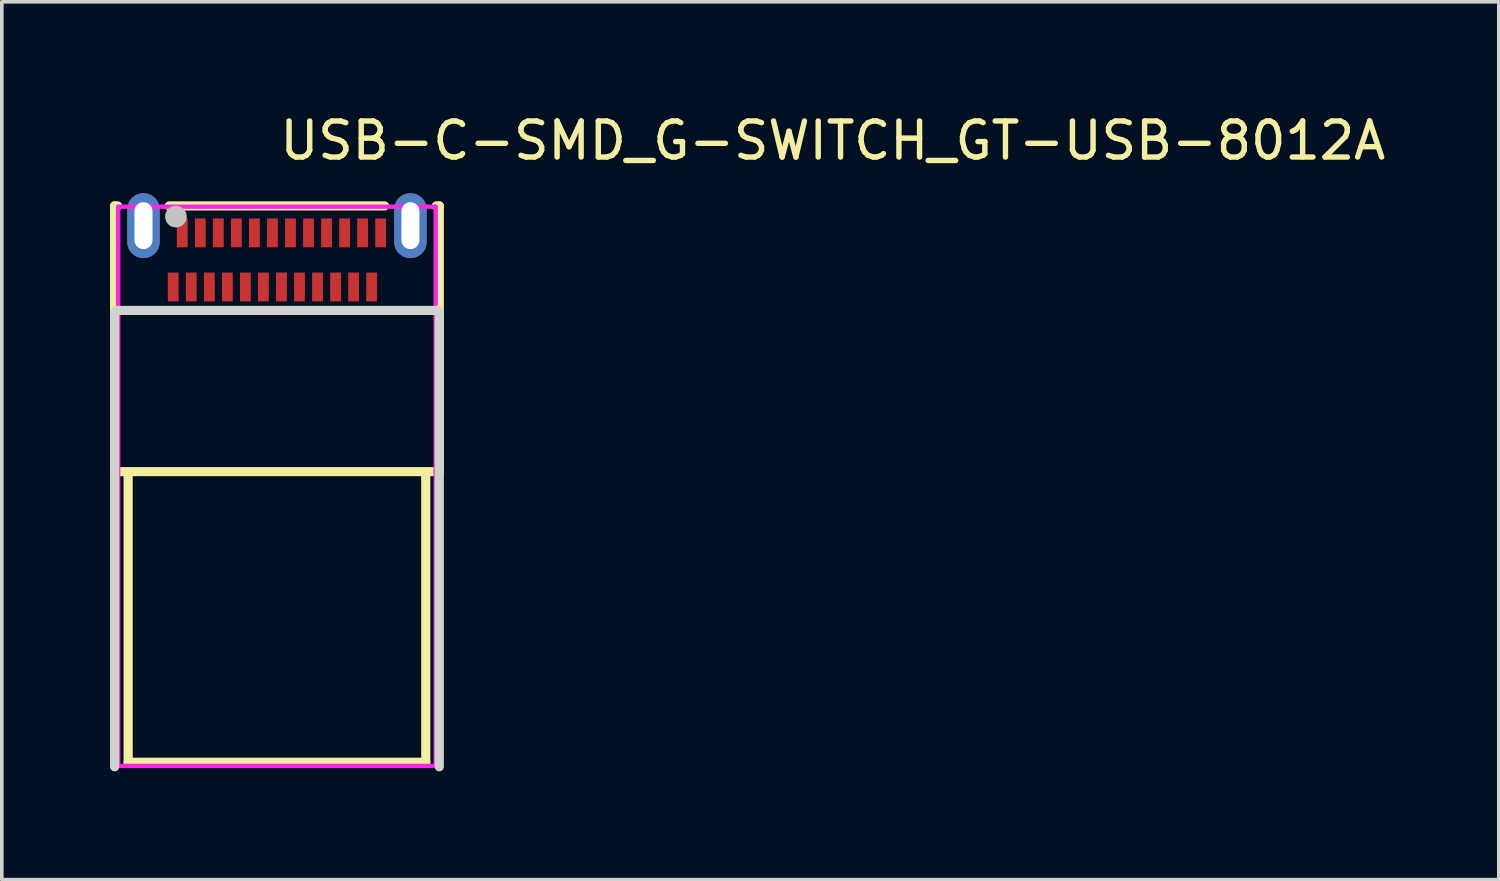
<source format=kicad_pcb>
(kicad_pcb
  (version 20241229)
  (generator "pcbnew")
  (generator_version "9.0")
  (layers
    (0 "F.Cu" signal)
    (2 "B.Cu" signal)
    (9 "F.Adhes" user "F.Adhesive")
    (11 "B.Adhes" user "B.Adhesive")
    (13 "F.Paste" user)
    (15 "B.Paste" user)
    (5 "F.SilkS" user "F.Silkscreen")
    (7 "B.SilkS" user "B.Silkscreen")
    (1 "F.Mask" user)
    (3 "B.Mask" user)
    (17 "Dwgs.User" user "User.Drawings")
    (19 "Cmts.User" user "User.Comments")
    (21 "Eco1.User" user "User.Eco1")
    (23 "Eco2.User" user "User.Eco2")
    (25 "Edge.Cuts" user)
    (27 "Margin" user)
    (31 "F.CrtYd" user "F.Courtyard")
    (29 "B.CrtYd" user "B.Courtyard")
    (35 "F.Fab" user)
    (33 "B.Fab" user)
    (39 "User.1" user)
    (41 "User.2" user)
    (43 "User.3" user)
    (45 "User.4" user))
  (footprint "USB-C-SMD_G-SWITCH_GT-USB-8012A"
    (layer "F.Cu")
    (at 4.627 4.055)
    (property "Reference" "USB-C-SMD_G-SWITCH_GT-USB-8012A" (at 0 -3.207 0) (layer "F.SilkS") (effects (font (size 1 1) (thickness 0.15)) (justify left)))
    (attr through_hole)
    (fp_line (start -4.5 5.969) (end -4.5 -1.397) (stroke (width 0.254) (type solid)) (layer "F.SilkS"))
    (fp_line (start -4.5 5.969) (end 4.5 5.969) (stroke (width 0.254) (type solid)) (layer "F.SilkS"))
    (fp_line (start -4.416 -1.397) (end -4.5 -1.397) (stroke (width 0.254) (type solid)) (layer "F.SilkS"))
    (fp_line (start -4.125 14.024) (end -4.125 6.024) (stroke (width 0.254) (type solid)) (layer "F.SilkS"))
    (fp_line (start 2.984 -1.397) (end -2.984 -1.397) (stroke (width 0.254) (type solid)) (layer "F.SilkS"))
    (fp_line (start 4.125 14.024) (end -4.125 14.024) (stroke (width 0.254) (type solid)) (layer "F.SilkS"))
    (fp_line (start 4.125 14.024) (end 4.125 6.024) (stroke (width 0.254) (type solid)) (layer "F.SilkS"))
    (fp_line (start 4.5 -1.397) (end 4.416 -1.397) (stroke (width 0.254) (type solid)) (layer "F.SilkS"))
    (fp_line (start 4.5 5.969) (end 4.5 -1.397) (stroke (width 0.254) (type solid)) (layer "F.SilkS"))
    (fp_poly (pts (xy -3.025 0.45) (xy -3.025 1.25) (xy -2.725 1.25) (xy -2.725 0.45)) (stroke (width 0.12) (type solid)) (fill yes) (layer "F.Paste"))
    (fp_poly (pts (xy -2.775 -1.05) (xy -2.775 -0.25) (xy -2.475 -0.25) (xy -2.475 -1.05)) (stroke (width 0.12) (type solid)) (fill yes) (layer "F.Paste"))
    (fp_poly (pts (xy -2.525 0.45) (xy -2.525 1.25) (xy -2.225 1.25) (xy -2.225 0.45)) (stroke (width 0.12) (type solid)) (fill yes) (layer "F.Paste"))
    (fp_poly (pts (xy -2.275 -1.05) (xy -2.275 -0.25) (xy -1.975 -0.25) (xy -1.975 -1.05)) (stroke (width 0.12) (type solid)) (fill yes) (layer "F.Paste"))
    (fp_poly (pts (xy -2.025 0.45) (xy -2.025 1.25) (xy -1.725 1.25) (xy -1.725 0.45)) (stroke (width 0.12) (type solid)) (fill yes) (layer "F.Paste"))
    (fp_poly (pts (xy -1.475 -0.25) (xy -1.475 -1.05) (xy -1.775 -1.05) (xy -1.775 -0.25)) (stroke (width 0.12) (type solid)) (fill yes) (layer "F.Paste"))
    (fp_poly (pts (xy -1.225 1.25) (xy -1.225 0.45) (xy -1.525 0.45) (xy -1.525 1.25)) (stroke (width 0.12) (type solid)) (fill yes) (layer "F.Paste"))
    (fp_poly (pts (xy -0.975 -0.25) (xy -0.975 -1.05) (xy -1.275 -1.05) (xy -1.275 -0.25)) (stroke (width 0.12) (type solid)) (fill yes) (layer "F.Paste"))
    (fp_poly (pts (xy -0.725 1.25) (xy -0.725 0.45) (xy -1.025 0.45) (xy -1.025 1.25)) (stroke (width 0.12) (type solid)) (fill yes) (layer "F.Paste"))
    (fp_poly (pts (xy -0.475 -0.25) (xy -0.475 -1.05) (xy -0.775 -1.05) (xy -0.775 -0.25)) (stroke (width 0.12) (type solid)) (fill yes) (layer "F.Paste"))
    (fp_poly (pts (xy -0.225 1.25) (xy -0.225 0.45) (xy -0.525 0.45) (xy -0.525 1.25)) (stroke (width 0.12) (type solid)) (fill yes) (layer "F.Paste"))
    (fp_poly (pts (xy 0.025 -0.25) (xy 0.025 -1.05) (xy -0.275 -1.05) (xy -0.275 -0.25)) (stroke (width 0.12) (type solid)) (fill yes) (layer "F.Paste"))
    (fp_poly (pts (xy 0.275 1.25) (xy 0.275 0.45) (xy -0.025 0.45) (xy -0.025 1.25)) (stroke (width 0.12) (type solid)) (fill yes) (layer "F.Paste"))
    (fp_poly (pts (xy 0.525 -0.25) (xy 0.525 -1.05) (xy 0.225 -1.05) (xy 0.225 -0.25)) (stroke (width 0.12) (type solid)) (fill yes) (layer "F.Paste"))
    (fp_poly (pts (xy 0.775 1.25) (xy 0.775 0.45) (xy 0.475 0.45) (xy 0.475 1.25)) (stroke (width 0.12) (type solid)) (fill yes) (layer "F.Paste"))
    (fp_poly (pts (xy 1.025 -0.25) (xy 1.025 -1.05) (xy 0.725 -1.05) (xy 0.725 -0.25)) (stroke (width 0.12) (type solid)) (fill yes) (layer "F.Paste"))
    (fp_poly (pts (xy 1.275 1.25) (xy 1.275 0.45) (xy 0.975 0.45) (xy 0.975 1.25)) (stroke (width 0.12) (type solid)) (fill yes) (layer "F.Paste"))
    (fp_poly (pts (xy 1.525 -0.25) (xy 1.525 -1.05) (xy 1.225 -1.05) (xy 1.225 -0.25)) (stroke (width 0.12) (type solid)) (fill yes) (layer "F.Paste"))
    (fp_poly (pts (xy 1.725 -1.05) (xy 1.725 -0.25) (xy 2.025 -0.25) (xy 2.025 -1.05)) (stroke (width 0.12) (type solid)) (fill yes) (layer "F.Paste"))
    (fp_poly (pts (xy 1.775 1.25) (xy 1.775 0.45) (xy 1.475 0.45) (xy 1.475 1.25)) (stroke (width 0.12) (type solid)) (fill yes) (layer "F.Paste"))
    (fp_poly (pts (xy 2.225 -1.05) (xy 2.225 -0.25) (xy 2.525 -0.25) (xy 2.525 -1.05)) (stroke (width 0.12) (type solid)) (fill yes) (layer "F.Paste"))
    (fp_poly (pts (xy 2.275 1.25) (xy 2.275 0.45) (xy 1.975 0.45) (xy 1.975 1.25)) (stroke (width 0.12) (type solid)) (fill yes) (layer "F.Paste"))
    (fp_poly (pts (xy 2.725 -1.05) (xy 2.725 -0.25) (xy 3.025 -0.25) (xy 3.025 -1.05)) (stroke (width 0.12) (type solid)) (fill yes) (layer "F.Paste"))
    (fp_poly (pts (xy 2.775 1.25) (xy 2.775 0.45) (xy 2.475 0.45) (xy 2.475 1.25)) (stroke (width 0.12) (type solid)) (fill yes) (layer "F.Paste"))
    (fp_poly (pts (xy -3.666 -1.749) (xy -3.689 -1.75) (xy -3.711 -1.75) (xy -3.734 -1.749) (xy -3.756 -1.747) (xy -3.778 -1.743) (xy -3.8 -1.739) (xy -3.822 -1.733) (xy -3.843 -1.727) (xy -3.864 -1.719) (xy -3.885 -1.71) (xy -3.905 -1.701) (xy -3.925 -1.69) (xy -3.944 -1.678) (xy -3.963 -1.666) (xy -3.981 -1.652) (xy -3.998 -1.638) (xy -4.014 -1.622) (xy -4.03 -1.606) (xy -4.045 -1.59) (xy -4.059 -1.572) (xy -4.072 -1.554) (xy -4.084 -1.535) (xy -4.095 -1.515) (xy -4.105 -1.496) (xy -4.115 -1.475) (xy -4.123 -1.454) (xy -4.13 -1.433) (xy -4.136 -1.411) (xy -4.141 -1.389) (xy -4.145 -1.367) (xy -4.148 -1.345) (xy -4.149 -1.323) (xy -4.15 -1.3) (xy -4.15 -0.4) (xy -4.149 -0.378) (xy -4.148 -0.355) (xy -4.145 -0.333) (xy -4.141 -0.311) (xy -4.136 -0.289) (xy -4.13 -0.268) (xy -4.123 -0.246) (xy -4.115 -0.225) (xy -4.105 -0.205) (xy -4.095 -0.185) (xy -4.084 -0.166) (xy -4.072 -0.147) (xy -4.059 -0.129) (xy -4.045 -0.111) (xy -4.03 -0.094) (xy -4.014 -0.078) (xy -3.998 -0.063) (xy -3.981 -0.048) (xy -3.963 -0.035) (xy -3.944 -0.022) (xy -3.925 -0.011) (xy -3.905 0) (xy -3.885 0.01) (xy -3.864 0.019) (xy -3.843 0.026) (xy -3.822 0.033) (xy -3.8 0.038) (xy -3.778 0.043) (xy -3.756 0.046) (xy -3.734 0.048) (xy -3.711 0.05) (xy -3.689 0.05) (xy -3.666 0.048) (xy -3.644 0.046) (xy -3.622 0.043) (xy -3.6 0.038) (xy -3.578 0.033) (xy -3.557 0.026) (xy -3.536 0.019) (xy -3.515 0.01) (xy -3.495 0) (xy -3.475 -0.011) (xy -3.456 -0.022) (xy -3.437 -0.035) (xy -3.419 -0.048) (xy -3.402 -0.063) (xy -3.386 -0.078) (xy -3.37 -0.094) (xy -3.355 -0.111) (xy -3.341 -0.129) (xy -3.328 -0.147) (xy -3.316 -0.166) (xy -3.305 -0.185) (xy -3.295 -0.205) (xy -3.285 -0.225) (xy -3.277 -0.246) (xy -3.27 -0.268) (xy -3.264 -0.289) (xy -3.259 -0.311) (xy -3.255 -0.333) (xy -3.252 -0.355) (xy -3.251 -0.378) (xy -3.25 -0.4) (xy -3.25 -1.3) (xy -3.251 -1.323) (xy -3.252 -1.345) (xy -3.255 -1.367) (xy -3.259 -1.389) (xy -3.264 -1.411) (xy -3.27 -1.433) (xy -3.277 -1.454) (xy -3.285 -1.475) (xy -3.295 -1.496) (xy -3.305 -1.515) (xy -3.316 -1.535) (xy -3.328 -1.554) (xy -3.341 -1.572) (xy -3.355 -1.59) (xy -3.37 -1.606) (xy -3.386 -1.622) (xy -3.402 -1.638) (xy -3.419 -1.652) (xy -3.437 -1.666) (xy -3.456 -1.678) (xy -3.475 -1.69) (xy -3.495 -1.701) (xy -3.515 -1.71) (xy -3.536 -1.719) (xy -3.557 -1.727) (xy -3.578 -1.733) (xy -3.6 -1.739) (xy -3.622 -1.743) (xy -3.644 -1.747)) (stroke (width 0.12) (type solid)) (fill yes) (layer "F.Paste"))
    (fp_poly (pts (xy 3.734 -1.748) (xy 3.711 -1.75) (xy 3.689 -1.75) (xy 3.666 -1.748) (xy 3.644 -1.746) (xy 3.622 -1.743) (xy 3.6 -1.738) (xy 3.578 -1.733) (xy 3.557 -1.726) (xy 3.536 -1.719) (xy 3.515 -1.71) (xy 3.495 -1.7) (xy 3.475 -1.689) (xy 3.456 -1.678) (xy 3.437 -1.665) (xy 3.419 -1.652) (xy 3.402 -1.637) (xy 3.386 -1.622) (xy 3.37 -1.606) (xy 3.355 -1.589) (xy 3.341 -1.571) (xy 3.328 -1.553) (xy 3.316 -1.534) (xy 3.305 -1.515) (xy 3.295 -1.495) (xy 3.285 -1.475) (xy 3.277 -1.454) (xy 3.27 -1.432) (xy 3.264 -1.411) (xy 3.259 -1.389) (xy 3.255 -1.367) (xy 3.252 -1.345) (xy 3.251 -1.322) (xy 3.25 -1.3) (xy 3.25 -0.4) (xy 3.251 -0.377) (xy 3.252 -0.355) (xy 3.255 -0.333) (xy 3.259 -0.311) (xy 3.264 -0.289) (xy 3.27 -0.267) (xy 3.277 -0.246) (xy 3.285 -0.225) (xy 3.295 -0.204) (xy 3.305 -0.185) (xy 3.316 -0.165) (xy 3.328 -0.146) (xy 3.341 -0.128) (xy 3.355 -0.11) (xy 3.37 -0.094) (xy 3.386 -0.078) (xy 3.402 -0.062) (xy 3.419 -0.048) (xy 3.437 -0.034) (xy 3.456 -0.022) (xy 3.475 -0.01) (xy 3.495 0.001) (xy 3.515 0.01) (xy 3.536 0.019) (xy 3.557 0.027) (xy 3.578 0.033) (xy 3.6 0.039) (xy 3.622 0.043) (xy 3.644 0.047) (xy 3.666 0.049) (xy 3.689 0.05) (xy 3.711 0.05) (xy 3.734 0.049) (xy 3.756 0.047) (xy 3.778 0.043) (xy 3.8 0.039) (xy 3.822 0.033) (xy 3.843 0.027) (xy 3.864 0.019) (xy 3.885 0.01) (xy 3.905 0.001) (xy 3.925 -0.01) (xy 3.944 -0.022) (xy 3.963 -0.034) (xy 3.981 -0.048) (xy 3.998 -0.062) (xy 4.014 -0.078) (xy 4.03 -0.094) (xy 4.045 -0.11) (xy 4.059 -0.128) (xy 4.072 -0.146) (xy 4.084 -0.165) (xy 4.095 -0.185) (xy 4.105 -0.204) (xy 4.115 -0.225) (xy 4.123 -0.246) (xy 4.13 -0.267) (xy 4.136 -0.289) (xy 4.141 -0.311) (xy 4.145 -0.333) (xy 4.148 -0.355) (xy 4.149 -0.377) (xy 4.15 -0.4) (xy 4.15 -1.3) (xy 4.149 -1.322) (xy 4.148 -1.345) (xy 4.145 -1.367) (xy 4.141 -1.389) (xy 4.136 -1.411) (xy 4.13 -1.432) (xy 4.123 -1.454) (xy 4.115 -1.475) (xy 4.105 -1.495) (xy 4.095 -1.515) (xy 4.084 -1.534) (xy 4.072 -1.553) (xy 4.059 -1.571) (xy 4.045 -1.589) (xy 4.03 -1.606) (xy 4.014 -1.622) (xy 3.998 -1.637) (xy 3.981 -1.652) (xy 3.963 -1.665) (xy 3.944 -1.678) (xy 3.925 -1.689) (xy 3.905 -1.7) (xy 3.885 -1.71) (xy 3.864 -1.719) (xy 3.843 -1.726) (xy 3.822 -1.733) (xy 3.8 -1.738) (xy 3.778 -1.743) (xy 3.756 -1.746)) (stroke (width 0.12) (type solid)) (fill yes) (layer "F.Paste"))
    (fp_circle (center -2.8 -1.1) (end -2.65 -1.1) (stroke (width 0.3) (type solid)) (fill no) (layer "Dwgs.User"))
    (fp_circle (center -4.4 -1.375) (end -4.37 -1.375) (stroke (width 0.06) (type solid)) (fill no) (layer "Eco2.User"))
    (fp_poly (pts (xy -3.85 -1.35) (xy -3.55 -1.35) (xy -3.55 -0.35) (xy -3.85 -0.35)) (stroke (width 0.12) (type solid)) (fill no) (layer "Eco2.User"))
    (fp_poly (pts (xy -2.975 0.6) (xy -2.775 0.6) (xy -2.775 1.1) (xy -2.975 1.1)) (stroke (width 0.12) (type solid)) (fill no) (layer "Eco2.User"))
    (fp_poly (pts (xy -2.725 -0.9) (xy -2.525 -0.9) (xy -2.525 -0.4) (xy -2.725 -0.4)) (stroke (width 0.12) (type solid)) (fill no) (layer "Eco2.User"))
    (fp_poly (pts (xy -2.475 0.6) (xy -2.275 0.6) (xy -2.275 1.1) (xy -2.475 1.1)) (stroke (width 0.12) (type solid)) (fill no) (layer "Eco2.User"))
    (fp_poly (pts (xy -2.225 -0.9) (xy -2.025 -0.9) (xy -2.025 -0.4) (xy -2.225 -0.4)) (stroke (width 0.12) (type solid)) (fill no) (layer "Eco2.User"))
    (fp_poly (pts (xy -1.975 0.6) (xy -1.775 0.6) (xy -1.775 1.1) (xy -1.975 1.1)) (stroke (width 0.12) (type solid)) (fill no) (layer "Eco2.User"))
    (fp_poly (pts (xy -1.725 -0.9) (xy -1.525 -0.9) (xy -1.525 -0.4) (xy -1.725 -0.4)) (stroke (width 0.12) (type solid)) (fill no) (layer "Eco2.User"))
    (fp_poly (pts (xy -1.475 0.6) (xy -1.275 0.6) (xy -1.275 1.1) (xy -1.475 1.1)) (stroke (width 0.12) (type solid)) (fill no) (layer "Eco2.User"))
    (fp_poly (pts (xy -1.225 -0.9) (xy -1.025 -0.9) (xy -1.025 -0.4) (xy -1.225 -0.4)) (stroke (width 0.12) (type solid)) (fill no) (layer "Eco2.User"))
    (fp_poly (pts (xy -0.975 0.6) (xy -0.775 0.6) (xy -0.775 1.1) (xy -0.975 1.1)) (stroke (width 0.12) (type solid)) (fill no) (layer "Eco2.User"))
    (fp_poly (pts (xy -0.725 -0.9) (xy -0.525 -0.9) (xy -0.525 -0.4) (xy -0.725 -0.4)) (stroke (width 0.12) (type solid)) (fill no) (layer "Eco2.User"))
    (fp_poly (pts (xy -0.475 0.6) (xy -0.275 0.6) (xy -0.275 1.1) (xy -0.475 1.1)) (stroke (width 0.12) (type solid)) (fill no) (layer "Eco2.User"))
    (fp_poly (pts (xy -0.225 -0.9) (xy -0.025 -0.9) (xy -0.025 -0.4) (xy -0.225 -0.4)) (stroke (width 0.12) (type solid)) (fill no) (layer "Eco2.User"))
    (fp_poly (pts (xy 0.025 0.6) (xy 0.225 0.6) (xy 0.225 1.1) (xy 0.025 1.1)) (stroke (width 0.12) (type solid)) (fill no) (layer "Eco2.User"))
    (fp_poly (pts (xy 0.275 -0.9) (xy 0.475 -0.9) (xy 0.475 -0.4) (xy 0.275 -0.4)) (stroke (width 0.12) (type solid)) (fill no) (layer "Eco2.User"))
    (fp_poly (pts (xy 0.525 0.6) (xy 0.725 0.6) (xy 0.725 1.1) (xy 0.525 1.1)) (stroke (width 0.12) (type solid)) (fill no) (layer "Eco2.User"))
    (fp_poly (pts (xy 0.775 -0.9) (xy 0.975 -0.9) (xy 0.975 -0.4) (xy 0.775 -0.4)) (stroke (width 0.12) (type solid)) (fill no) (layer "Eco2.User"))
    (fp_poly (pts (xy 1.025 0.6) (xy 1.225 0.6) (xy 1.225 1.1) (xy 1.025 1.1)) (stroke (width 0.12) (type solid)) (fill no) (layer "Eco2.User"))
    (fp_poly (pts (xy 1.275 -0.9) (xy 1.475 -0.9) (xy 1.475 -0.4) (xy 1.275 -0.4)) (stroke (width 0.12) (type solid)) (fill no) (layer "Eco2.User"))
    (fp_poly (pts (xy 1.525 0.6) (xy 1.725 0.6) (xy 1.725 1.1) (xy 1.525 1.1)) (stroke (width 0.12) (type solid)) (fill no) (layer "Eco2.User"))
    (fp_poly (pts (xy 1.775 -0.9) (xy 1.975 -0.9) (xy 1.975 -0.4) (xy 1.775 -0.4)) (stroke (width 0.12) (type solid)) (fill no) (layer "Eco2.User"))
    (fp_poly (pts (xy 2.025 0.6) (xy 2.225 0.6) (xy 2.225 1.1) (xy 2.025 1.1)) (stroke (width 0.12) (type solid)) (fill no) (layer "Eco2.User"))
    (fp_poly (pts (xy 2.275 -0.9) (xy 2.475 -0.9) (xy 2.475 -0.4) (xy 2.275 -0.4)) (stroke (width 0.12) (type solid)) (fill no) (layer "Eco2.User"))
    (fp_poly (pts (xy 2.525 0.6) (xy 2.725 0.6) (xy 2.725 1.1) (xy 2.525 1.1)) (stroke (width 0.12) (type solid)) (fill no) (layer "Eco2.User"))
    (fp_poly (pts (xy 2.775 -0.9) (xy 2.975 -0.9) (xy 2.975 -0.4) (xy 2.775 -0.4)) (stroke (width 0.12) (type solid)) (fill no) (layer "Eco2.User"))
    (fp_poly (pts (xy 3.55 -1.35) (xy 3.85 -1.35) (xy 3.85 -0.35) (xy 3.55 -0.35)) (stroke (width 0.12) (type solid)) (fill no) (layer "Eco2.User"))
    (fp_line (start -4.5 14.15) (end -4.5 1.55) (stroke (width 0.254) (type solid)) (layer "Edge.Cuts"))
    (fp_line (start 4.45 1.5) (end -4.45 1.5) (stroke (width 0.254) (type solid)) (layer "Edge.Cuts"))
    (fp_line (start 4.5 14.15) (end 4.5 1.55) (stroke (width 0.254) (type solid)) (layer "Edge.Cuts"))
    (fp_line (start -4.4 -1.375) (end 4.4 -1.375) (stroke (width 0.12) (type solid)) (layer "F.CrtYd"))
    (fp_line (start -4.4 14.125) (end -4.4 -1.375) (stroke (width 0.12) (type solid)) (layer "F.CrtYd"))
    (fp_line (start 4.4 -1.375) (end 4.4 14.125) (stroke (width 0.12) (type solid)) (layer "F.CrtYd"))
    (fp_line (start 4.4 14.125) (end -4.4 14.125) (stroke (width 0.12) (type solid)) (layer "F.CrtYd"))
    (pad "2" thru_hole oval (at -3.7 -0.85) (size 0.9 1.8) (drill oval 0.5 1.3) (layers "*.Cu" "*.Mask"))
    (pad "3" thru_hole oval (at 3.7 -0.85) (size 0.9 1.8) (drill oval 0.5 1.3) (layers "*.Cu" "*.Mask"))
    (pad "A1" smd rect (at -2.625 -0.65) (size 0.3 0.8) (layers "F.Cu" "F.Mask" "F.Paste"))
    (pad "A2" smd rect (at -2.125 -0.65) (size 0.3 0.8) (layers "F.Cu" "F.Mask" "F.Paste"))
    (pad "A3" smd rect (at -1.625 -0.65) (size 0.3 0.8) (layers "F.Cu" "F.Mask" "F.Paste"))
    (pad "A4" smd rect (at -1.125 -0.65) (size 0.3 0.8) (layers "F.Cu" "F.Mask" "F.Paste"))
    (pad "A5" smd rect (at -0.625 -0.65) (size 0.3 0.8) (layers "F.Cu" "F.Mask" "F.Paste"))
    (pad "A6" smd rect (at -0.125 -0.65) (size 0.3 0.8) (layers "F.Cu" "F.Mask" "F.Paste"))
    (pad "A7" smd rect (at 0.375 -0.65) (size 0.3 0.8) (layers "F.Cu" "F.Mask" "F.Paste"))
    (pad "A8" smd rect (at 0.875 -0.65) (size 0.3 0.8) (layers "F.Cu" "F.Mask" "F.Paste"))
    (pad "A9" smd rect (at 1.375 -0.65) (size 0.3 0.8) (layers "F.Cu" "F.Mask" "F.Paste"))
    (pad "A10" smd rect (at 1.875 -0.65) (size 0.3 0.8) (layers "F.Cu" "F.Mask" "F.Paste"))
    (pad "A11" smd rect (at 2.375 -0.65) (size 0.3 0.8) (layers "F.Cu" "F.Mask" "F.Paste"))
    (pad "A12" smd rect (at 2.875 -0.65) (size 0.3 0.8) (layers "F.Cu" "F.Mask" "F.Paste"))
    (pad "B1" smd rect (at 2.625 0.85) (size 0.3 0.8) (layers "F.Cu" "F.Mask" "F.Paste"))
    (pad "B2" smd rect (at 2.125 0.85) (size 0.3 0.8) (layers "F.Cu" "F.Mask" "F.Paste"))
    (pad "B3" smd rect (at 1.625 0.85) (size 0.3 0.8) (layers "F.Cu" "F.Mask" "F.Paste"))
    (pad "B4" smd rect (at 1.125 0.85) (size 0.3 0.8) (layers "F.Cu" "F.Mask" "F.Paste"))
    (pad "B5" smd rect (at 0.625 0.85) (size 0.3 0.8) (layers "F.Cu" "F.Mask" "F.Paste"))
    (pad "B6" smd rect (at 0.125 0.85) (size 0.3 0.8) (layers "F.Cu" "F.Mask" "F.Paste"))
    (pad "B7" smd rect (at -0.375 0.85) (size 0.3 0.8) (layers "F.Cu" "F.Mask" "F.Paste"))
    (pad "B8" smd rect (at -0.875 0.85) (size 0.3 0.8) (layers "F.Cu" "F.Mask" "F.Paste"))
    (pad "B9" smd rect (at -1.375 0.85) (size 0.3 0.8) (layers "F.Cu" "F.Mask" "F.Paste"))
    (pad "B10" smd rect (at -1.875 0.85) (size 0.3 0.8) (layers "F.Cu" "F.Mask" "F.Paste"))
    (pad "B11" smd rect (at -2.375 0.85) (size 0.3 0.8) (layers "F.Cu" "F.Mask" "F.Paste"))
    (pad "B12" smd rect (at -2.875 0.85) (size 0.3 0.8) (layers "F.Cu" "F.Mask" "F.Paste")))
  (gr_rect
    (start -3 -3)
    (end 38.496 21.332)
    (stroke (width 0.1) (type default))
    (fill no)
    (layer "Edge.Cuts")))
</source>
